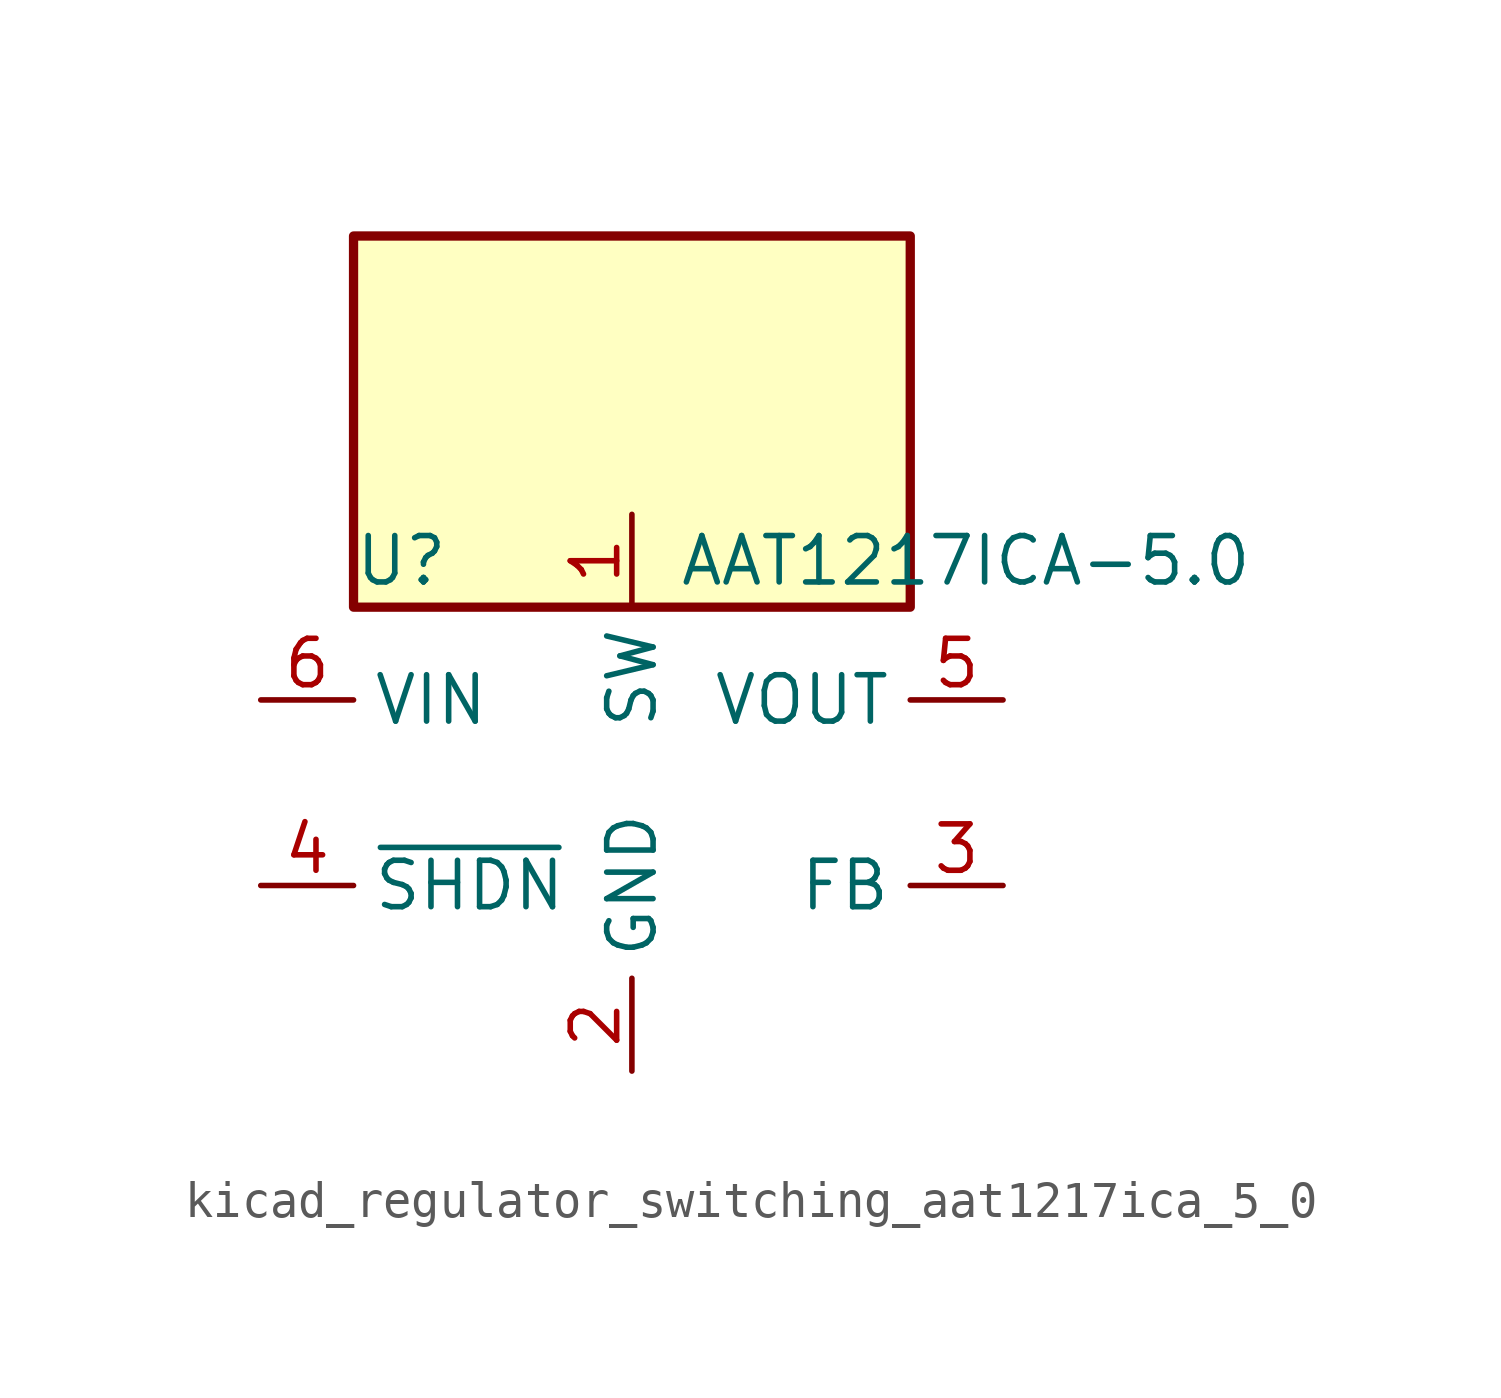
<source format=kicad_sym>
(kicad_symbol_lib
  (version 20220914)
  (generator kicad_symbol_editor)
  (symbol "kicad_regulator_switching_aat1217ica_5_0"
    (property "Reference" "U"
      (at -7.62 6.35 0)
      (effects (font (size 1.27 1.27)) (justify left)))
    (property "Value" "AAT1217ICA-5.0"
      (at 1.27 6.35 0)
      (effects (font (size 1.27 1.27)) (justify left)))
    (symbol "kicad_regulator_switching_aat1217ica_5_0_0_1"
      (rectangle (start 7.62 15.24) (end -7.62 5.08) (stroke (width 0.254) (type default)) (fill (type background))))
    (symbol "kicad_regulator_switching_aat1217ica_5_0_1_1"
      (pin passive line (at 0 7.62 270) (length 2.54) (name "SW" (effects (font (size 1.27 1.27)))) (number "1" (effects (font (size 1.27 1.27)))))
      (pin power_in line (at 0 -7.62 90) (length 2.54) (name "GND" (effects (font (size 1.27 1.27)))) (number "2" (effects (font (size 1.27 1.27)))))
      (pin passive line (at 10.16 -2.54 180) (length 2.54) (name "FB" (effects (font (size 1.27 1.27)))) (number "3" (effects (font (size 1.27 1.27)))))
      (pin input line (at -10.16 -2.54 0) (length 2.54) (name "~{SHDN}" (effects (font (size 1.27 1.27)))) (number "4" (effects (font (size 1.27 1.27)))))
      (pin power_out line (at 10.16 2.54 180) (length 2.54) (name "VOUT" (effects (font (size 1.27 1.27)))) (number "5" (effects (font (size 1.27 1.27)))))
      (pin power_in line (at -10.16 2.54 0) (length 2.54) (name "VIN" (effects (font (size 1.27 1.27)))) (number "6" (effects (font (size 1.27 1.27))))))))
</source>
